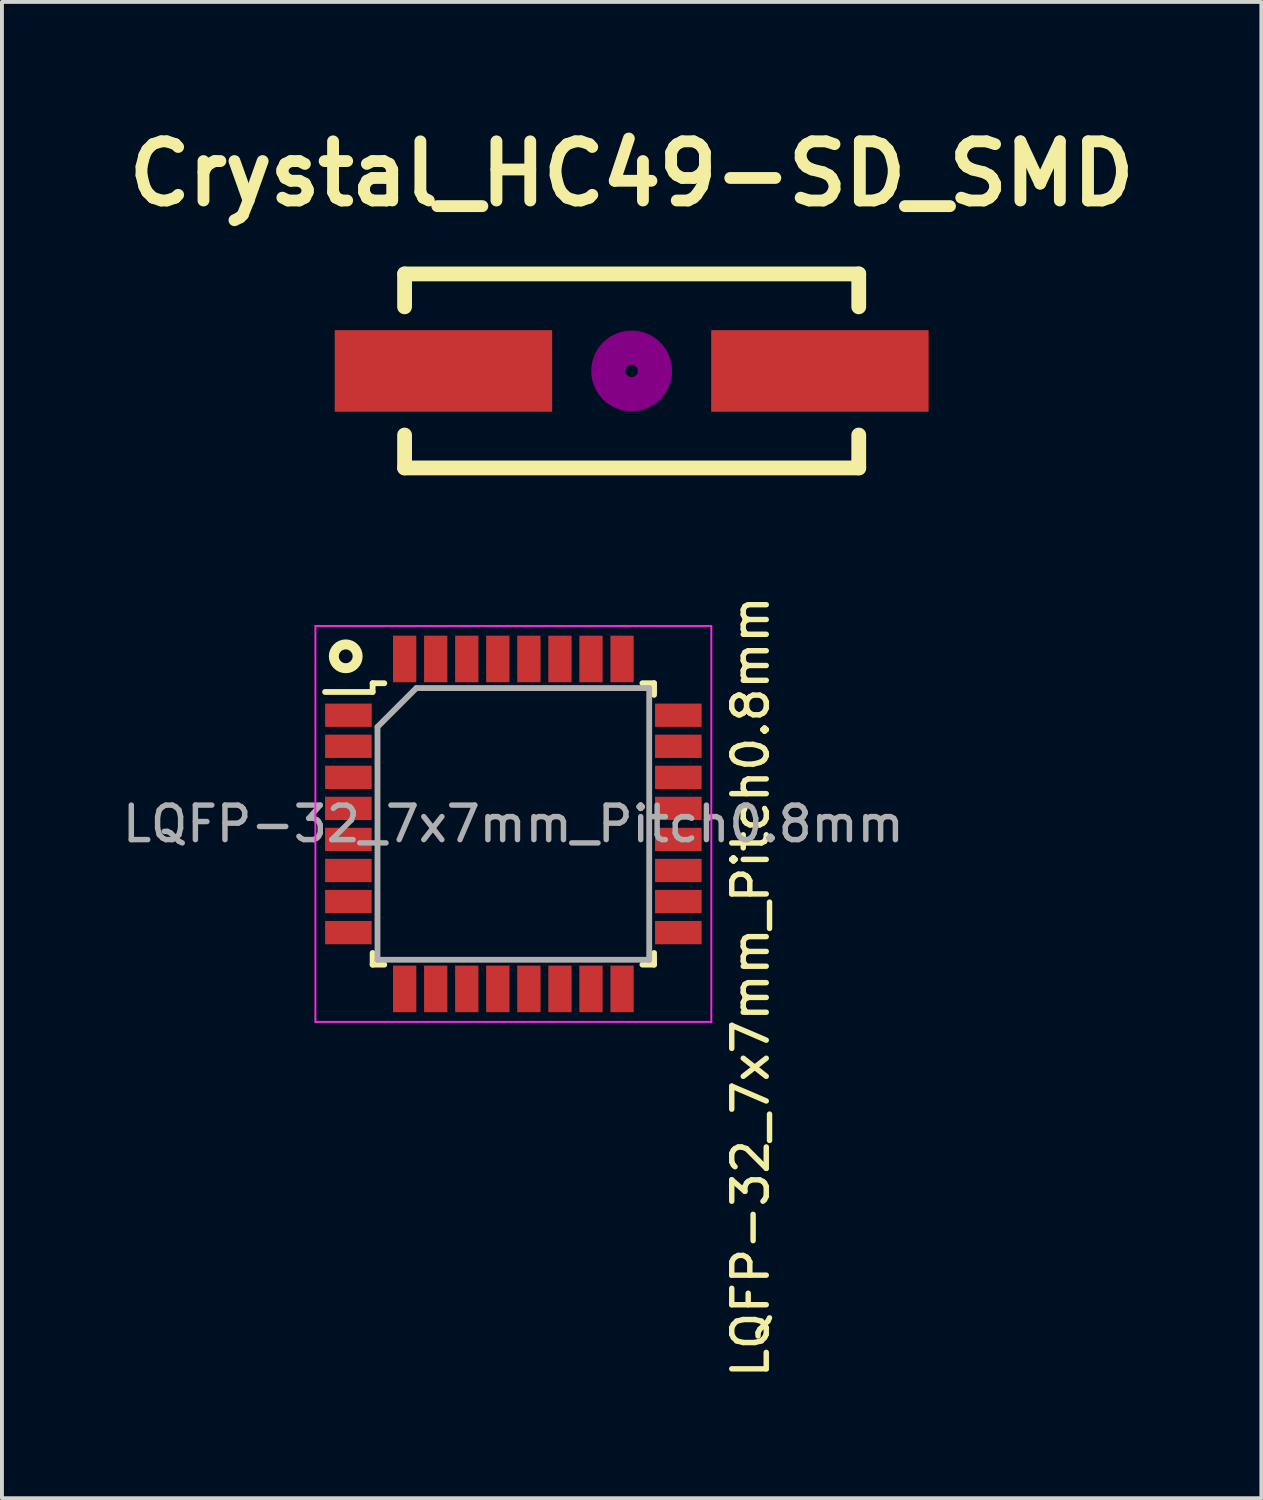
<source format=kicad_pcb>
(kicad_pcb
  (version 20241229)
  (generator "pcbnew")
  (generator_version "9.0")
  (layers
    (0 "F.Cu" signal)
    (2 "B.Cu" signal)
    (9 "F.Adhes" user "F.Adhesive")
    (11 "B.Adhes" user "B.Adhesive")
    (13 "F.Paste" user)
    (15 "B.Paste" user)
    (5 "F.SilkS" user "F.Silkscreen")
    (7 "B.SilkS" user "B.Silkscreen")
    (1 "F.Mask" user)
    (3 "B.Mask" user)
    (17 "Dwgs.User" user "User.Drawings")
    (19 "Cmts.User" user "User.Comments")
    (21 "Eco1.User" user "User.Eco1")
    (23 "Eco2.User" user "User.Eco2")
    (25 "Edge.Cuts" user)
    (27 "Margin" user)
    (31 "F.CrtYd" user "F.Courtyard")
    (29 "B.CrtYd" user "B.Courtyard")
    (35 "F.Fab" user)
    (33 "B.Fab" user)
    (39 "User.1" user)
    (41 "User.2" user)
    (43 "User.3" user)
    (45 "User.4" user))
  (footprint "Crystal_HC49-SD_SMD"
    (layer "F.Cu")
    (at 13.223 6.506)
    (property "Reference" "Crystal_HC49-SD_SMD" (at 0 -5.08 0) (layer "F.SilkS") (effects (font (size 1.524 1.524) (thickness 0.305))))
    (attr smd)
    (fp_line (start -5.85 -2.499) (end -5.85 -1.651) (stroke (width 0.381) (type solid)) (layer "F.SilkS"))
    (fp_line (start -5.85 2.499) (end -5.85 1.651) (stroke (width 0.381) (type solid)) (layer "F.SilkS"))
    (fp_line (start -5.85 2.499) (end 5.85 2.499) (stroke (width 0.381) (type solid)) (layer "F.SilkS"))
    (fp_line (start 5.85 -2.499) (end -5.85 -2.499) (stroke (width 0.381) (type solid)) (layer "F.SilkS"))
    (fp_line (start 5.85 -2.499) (end 5.85 -1.651) (stroke (width 0.381) (type solid)) (layer "F.SilkS"))
    (fp_line (start 5.85 2.499) (end 5.85 1.651) (stroke (width 0.381) (type solid)) (layer "F.SilkS"))
    (fp_circle (center 0 0) (end 0.15 0.051) (stroke (width 0.381) (type solid)) (fill no) (layer "F.Adhes"))
    (fp_circle (center 0 0) (end 0.5 0) (stroke (width 0.381) (type solid)) (fill no) (layer "F.Adhes"))
    (fp_circle (center 0 0) (end 0.851 0) (stroke (width 0.381) (type solid)) (fill no) (layer "F.Adhes"))
    (pad "1" smd rect (at -4.849 0) (size 5.601 2.101) (layers "F.Cu" "F.Mask" "F.Paste"))
    (pad "2" smd rect (at 4.849 0) (size 5.601 2.101) (layers "F.Cu" "F.Mask" "F.Paste")))
  (footprint "LQFP-32_7x7mm_Pitch0.8mm"
    (layer "F.Cu")
    (at 10.175 18.176)
    (property "Reference" "LQFP-32_7x7mm_Pitch0.8mm" (at 6.111 4.195 90) (layer "F.SilkS") (effects (font (size 0.889 0.889) (thickness 0.14))))
    (attr smd)
    (fp_line (start -3.625 -3.625) (end -3.625 -3.4) (stroke (width 0.15) (type solid)) (layer "F.SilkS"))
    (fp_line (start -3.625 -3.625) (end -3.325 -3.625) (stroke (width 0.15) (type solid)) (layer "F.SilkS"))
    (fp_line (start -3.625 -3.4) (end -4.85 -3.4) (stroke (width 0.15) (type solid)) (layer "F.SilkS"))
    (fp_line (start -3.625 3.625) (end -3.625 3.325) (stroke (width 0.15) (type solid)) (layer "F.SilkS"))
    (fp_line (start -3.625 3.625) (end -3.325 3.625) (stroke (width 0.15) (type solid)) (layer "F.SilkS"))
    (fp_line (start 3.625 -3.625) (end 3.325 -3.625) (stroke (width 0.15) (type solid)) (layer "F.SilkS"))
    (fp_line (start 3.625 -3.625) (end 3.625 -3.325) (stroke (width 0.15) (type solid)) (layer "F.SilkS"))
    (fp_line (start 3.625 3.625) (end 3.325 3.625) (stroke (width 0.15) (type solid)) (layer "F.SilkS"))
    (fp_line (start 3.625 3.625) (end 3.625 3.325) (stroke (width 0.15) (type solid)) (layer "F.SilkS"))
    (fp_circle (center -4.318 -4.318) (end -4.064 -4.318) (stroke (width 0.152) (type solid)) (fill no) (layer "F.SilkS"))
    (fp_circle (center -4.318 -4.318) (end -4.064 -4.064) (stroke (width 0.152) (type solid)) (fill no) (layer "F.SilkS"))
    (fp_line (start -5.1 -5.1) (end -5.1 5.1) (stroke (width 0.05) (type solid)) (layer "F.CrtYd"))
    (fp_line (start -5.1 -5.1) (end 5.1 -5.1) (stroke (width 0.05) (type solid)) (layer "F.CrtYd"))
    (fp_line (start -5.1 5.1) (end 5.1 5.1) (stroke (width 0.05) (type solid)) (layer "F.CrtYd"))
    (fp_line (start 5.1 -5.1) (end 5.1 5.1) (stroke (width 0.05) (type solid)) (layer "F.CrtYd"))
    (fp_line (start -3.5 -2.5) (end -2.5 -3.5) (stroke (width 0.15) (type solid)) (layer "F.Fab"))
    (fp_line (start -3.5 3.5) (end -3.5 -2.5) (stroke (width 0.15) (type solid)) (layer "F.Fab"))
    (fp_line (start -2.5 -3.5) (end 3.5 -3.5) (stroke (width 0.15) (type solid)) (layer "F.Fab"))
    (fp_line (start 3.5 -3.5) (end 3.5 3.5) (stroke (width 0.15) (type solid)) (layer "F.Fab"))
    (fp_line (start 3.5 3.5) (end -3.5 3.5) (stroke (width 0.15) (type solid)) (layer "F.Fab"))
    (fp_text user "${REFERENCE}" (at 0 0 0) (layer "F.Fab") (effects (font (size 0.889 0.889) (thickness 0.14))))
    (pad "1" smd rect (at -4.25 -2.8) (size 1.2 0.6) (layers "F.Cu" "F.Mask" "F.Paste"))
    (pad "2" smd rect (at -4.25 -2) (size 1.2 0.6) (layers "F.Cu" "F.Mask" "F.Paste"))
    (pad "3" smd rect (at -4.25 -1.2) (size 1.2 0.6) (layers "F.Cu" "F.Mask" "F.Paste"))
    (pad "4" smd rect (at -4.25 -0.4) (size 1.2 0.6) (layers "F.Cu" "F.Mask" "F.Paste"))
    (pad "5" smd rect (at -4.25 0.4) (size 1.2 0.6) (layers "F.Cu" "F.Mask" "F.Paste"))
    (pad "6" smd rect (at -4.25 1.2) (size 1.2 0.6) (layers "F.Cu" "F.Mask" "F.Paste"))
    (pad "7" smd rect (at -4.25 2) (size 1.2 0.6) (layers "F.Cu" "F.Mask" "F.Paste"))
    (pad "8" smd rect (at -4.25 2.8) (size 1.2 0.6) (layers "F.Cu" "F.Mask" "F.Paste"))
    (pad "9" smd rect (at -2.8 4.25 90) (size 1.2 0.6) (layers "F.Cu" "F.Mask" "F.Paste"))
    (pad "10" smd rect (at -2 4.25 90) (size 1.2 0.6) (layers "F.Cu" "F.Mask" "F.Paste"))
    (pad "11" smd rect (at -1.2 4.25 90) (size 1.2 0.6) (layers "F.Cu" "F.Mask" "F.Paste"))
    (pad "12" smd rect (at -0.4 4.25 90) (size 1.2 0.6) (layers "F.Cu" "F.Mask" "F.Paste"))
    (pad "13" smd rect (at 0.4 4.25 90) (size 1.2 0.6) (layers "F.Cu" "F.Mask" "F.Paste"))
    (pad "14" smd rect (at 1.2 4.25 90) (size 1.2 0.6) (layers "F.Cu" "F.Mask" "F.Paste"))
    (pad "15" smd rect (at 2 4.25 90) (size 1.2 0.6) (layers "F.Cu" "F.Mask" "F.Paste"))
    (pad "16" smd rect (at 2.8 4.25 90) (size 1.2 0.6) (layers "F.Cu" "F.Mask" "F.Paste"))
    (pad "17" smd rect (at 4.25 2.8) (size 1.2 0.6) (layers "F.Cu" "F.Mask" "F.Paste"))
    (pad "18" smd rect (at 4.25 2) (size 1.2 0.6) (layers "F.Cu" "F.Mask" "F.Paste"))
    (pad "19" smd rect (at 4.25 1.2) (size 1.2 0.6) (layers "F.Cu" "F.Mask" "F.Paste"))
    (pad "20" smd rect (at 4.25 0.4) (size 1.2 0.6) (layers "F.Cu" "F.Mask" "F.Paste"))
    (pad "21" smd rect (at 4.25 -0.4) (size 1.2 0.6) (layers "F.Cu" "F.Mask" "F.Paste"))
    (pad "22" smd rect (at 4.25 -1.2) (size 1.2 0.6) (layers "F.Cu" "F.Mask" "F.Paste"))
    (pad "23" smd rect (at 4.25 -2) (size 1.2 0.6) (layers "F.Cu" "F.Mask" "F.Paste"))
    (pad "24" smd rect (at 4.25 -2.8) (size 1.2 0.6) (layers "F.Cu" "F.Mask" "F.Paste"))
    (pad "25" smd rect (at 2.8 -4.25 90) (size 1.2 0.6) (layers "F.Cu" "F.Mask" "F.Paste"))
    (pad "26" smd rect (at 2 -4.25 90) (size 1.2 0.6) (layers "F.Cu" "F.Mask" "F.Paste"))
    (pad "27" smd rect (at 1.2 -4.25 90) (size 1.2 0.6) (layers "F.Cu" "F.Mask" "F.Paste"))
    (pad "28" smd rect (at 0.4 -4.25 90) (size 1.2 0.6) (layers "F.Cu" "F.Mask" "F.Paste"))
    (pad "29" smd rect (at -0.4 -4.25 90) (size 1.2 0.6) (layers "F.Cu" "F.Mask" "F.Paste"))
    (pad "30" smd rect (at -1.2 -4.25 90) (size 1.2 0.6) (layers "F.Cu" "F.Mask" "F.Paste"))
    (pad "31" smd rect (at -2 -4.25 90) (size 1.2 0.6) (layers "F.Cu" "F.Mask" "F.Paste"))
    (pad "32" smd rect (at -2.8 -4.25 90) (size 1.2 0.6) (layers "F.Cu" "F.Mask" "F.Paste")))
  (gr_rect
    (start -3 -3)
    (end 29.445 35.546)
    (stroke (width 0.1) (type default))
    (fill no)
    (layer "Edge.Cuts")))
</source>
